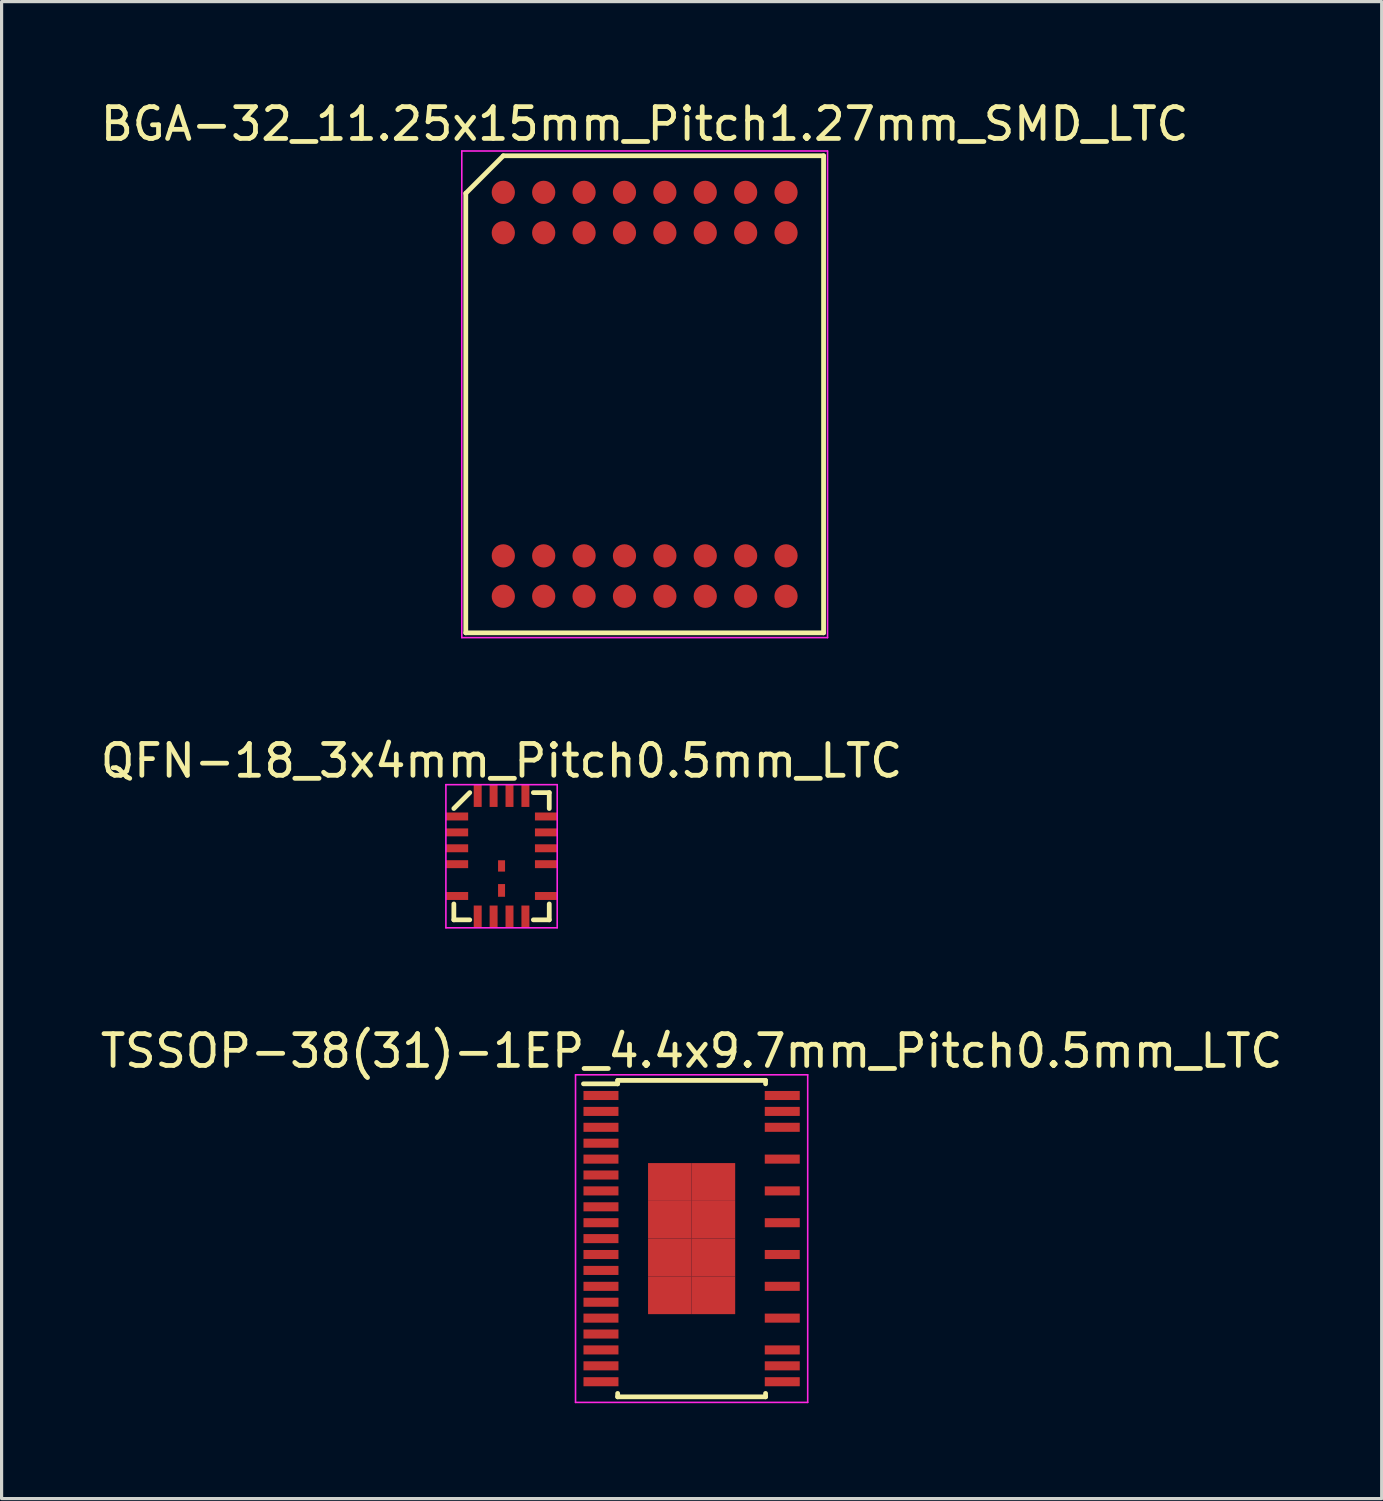
<source format=kicad_pcb>
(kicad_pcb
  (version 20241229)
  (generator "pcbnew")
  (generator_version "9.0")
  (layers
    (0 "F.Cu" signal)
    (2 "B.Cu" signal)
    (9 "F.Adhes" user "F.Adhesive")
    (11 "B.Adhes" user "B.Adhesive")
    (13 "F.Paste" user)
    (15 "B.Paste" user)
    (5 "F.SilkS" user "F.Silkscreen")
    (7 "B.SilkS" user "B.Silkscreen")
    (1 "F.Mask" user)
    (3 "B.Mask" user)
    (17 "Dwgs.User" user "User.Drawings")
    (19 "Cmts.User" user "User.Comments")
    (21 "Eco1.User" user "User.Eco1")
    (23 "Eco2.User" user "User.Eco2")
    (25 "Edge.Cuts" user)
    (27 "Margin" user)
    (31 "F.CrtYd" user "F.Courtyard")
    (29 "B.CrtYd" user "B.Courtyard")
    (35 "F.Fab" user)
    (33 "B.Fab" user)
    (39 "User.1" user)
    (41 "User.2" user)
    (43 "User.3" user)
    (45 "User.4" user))
  (footprint "BGA-32_11.25x15mm_Pitch1.27mm_SMD_LTC"
    (layer "F.Cu")
    (at 17.22 9.348)
    (property "Reference" "BGA-32_11.25x15mm_Pitch1.27mm_SMD_LTC" (at 0 -8.5 0) (layer "F.SilkS") (effects (font (size 1 1) (thickness 0.15))))
    (attr smd)
    (fp_line (start -5.625 -6.32) (end -5.625 7.5) (stroke (width 0.15) (type solid)) (layer "F.SilkS"))
    (fp_line (start -5.625 7.5) (end 5.625 7.5) (stroke (width 0.15) (type solid)) (layer "F.SilkS"))
    (fp_line (start -4.445 -7.5) (end -5.625 -6.32) (stroke (width 0.15) (type solid)) (layer "F.SilkS"))
    (fp_line (start 5.625 -7.5) (end -4.445 -7.5) (stroke (width 0.15) (type solid)) (layer "F.SilkS"))
    (fp_line (start 5.625 7.5) (end 5.625 -7.5) (stroke (width 0.15) (type solid)) (layer "F.SilkS"))
    (fp_line (start -5.75 -7.65) (end 5.75 -7.65) (stroke (width 0.05) (type solid)) (layer "F.CrtYd"))
    (fp_line (start -5.75 7.65) (end -5.75 -7.65) (stroke (width 0.05) (type solid)) (layer "F.CrtYd"))
    (fp_line (start 5.75 -7.65) (end 5.75 7.65) (stroke (width 0.05) (type solid)) (layer "F.CrtYd"))
    (fp_line (start 5.75 7.65) (end -5.75 7.65) (stroke (width 0.05) (type solid)) (layer "F.CrtYd"))
    (pad "A1" smd circle (at -4.445 -6.35) (size 0.73 0.73) (layers "F.Cu" "F.Mask" "F.Paste"))
    (pad "A2" smd circle (at -3.175 -6.35) (size 0.73 0.73) (layers "F.Cu" "F.Mask" "F.Paste"))
    (pad "A3" smd circle (at -1.905 -6.35) (size 0.73 0.73) (layers "F.Cu" "F.Mask" "F.Paste"))
    (pad "A4" smd circle (at -0.635 -6.35) (size 0.73 0.73) (layers "F.Cu" "F.Mask" "F.Paste"))
    (pad "A5" smd circle (at 0.635 -6.35) (size 0.73 0.73) (layers "F.Cu" "F.Mask" "F.Paste"))
    (pad "A6" smd circle (at 1.905 -6.35) (size 0.73 0.73) (layers "F.Cu" "F.Mask" "F.Paste"))
    (pad "A7" smd circle (at 3.175 -6.35) (size 0.73 0.73) (layers "F.Cu" "F.Mask" "F.Paste"))
    (pad "A8" smd circle (at 4.445 -6.35) (size 0.73 0.73) (layers "F.Cu" "F.Mask" "F.Paste"))
    (pad "B1" smd circle (at -4.445 -5.08) (size 0.73 0.73) (layers "F.Cu" "F.Mask" "F.Paste"))
    (pad "B2" smd circle (at -3.175 -5.08) (size 0.73 0.73) (layers "F.Cu" "F.Mask" "F.Paste"))
    (pad "B3" smd circle (at -1.905 -5.08) (size 0.73 0.73) (layers "F.Cu" "F.Mask" "F.Paste"))
    (pad "B4" smd circle (at -0.635 -5.08) (size 0.73 0.73) (layers "F.Cu" "F.Mask" "F.Paste"))
    (pad "B5" smd circle (at 0.635 -5.08) (size 0.73 0.73) (layers "F.Cu" "F.Mask" "F.Paste"))
    (pad "B6" smd circle (at 1.905 -5.08) (size 0.73 0.73) (layers "F.Cu" "F.Mask" "F.Paste"))
    (pad "B7" smd circle (at 3.175 -5.08) (size 0.73 0.73) (layers "F.Cu" "F.Mask" "F.Paste"))
    (pad "B8" smd circle (at 4.445 -5.08) (size 0.73 0.73) (layers "F.Cu" "F.Mask" "F.Paste"))
    (pad "K1" smd circle (at -4.445 5.08) (size 0.73 0.73) (layers "F.Cu" "F.Mask" "F.Paste"))
    (pad "K2" smd circle (at -3.175 5.08) (size 0.73 0.73) (layers "F.Cu" "F.Mask" "F.Paste"))
    (pad "K3" smd circle (at -1.905 5.08) (size 0.73 0.73) (layers "F.Cu" "F.Mask" "F.Paste"))
    (pad "K4" smd circle (at -0.635 5.08) (size 0.73 0.73) (layers "F.Cu" "F.Mask" "F.Paste"))
    (pad "K5" smd circle (at 0.635 5.08) (size 0.73 0.73) (layers "F.Cu" "F.Mask" "F.Paste"))
    (pad "K6" smd circle (at 1.905 5.08) (size 0.73 0.73) (layers "F.Cu" "F.Mask" "F.Paste"))
    (pad "K7" smd circle (at 3.175 5.08) (size 0.73 0.73) (layers "F.Cu" "F.Mask" "F.Paste"))
    (pad "K8" smd circle (at 4.445 5.08) (size 0.73 0.73) (layers "F.Cu" "F.Mask" "F.Paste"))
    (pad "L1" smd circle (at -4.445 6.35) (size 0.73 0.73) (layers "F.Cu" "F.Mask" "F.Paste"))
    (pad "L2" smd circle (at -3.175 6.35) (size 0.73 0.73) (layers "F.Cu" "F.Mask" "F.Paste"))
    (pad "L3" smd circle (at -1.905 6.35) (size 0.73 0.73) (layers "F.Cu" "F.Mask" "F.Paste"))
    (pad "L4" smd circle (at -0.635 6.35) (size 0.73 0.73) (layers "F.Cu" "F.Mask" "F.Paste"))
    (pad "L5" smd circle (at 0.635 6.35) (size 0.73 0.73) (layers "F.Cu" "F.Mask" "F.Paste"))
    (pad "L6" smd circle (at 1.905 6.35) (size 0.73 0.73) (layers "F.Cu" "F.Mask" "F.Paste"))
    (pad "L7" smd circle (at 3.175 6.35) (size 0.73 0.73) (layers "F.Cu" "F.Mask" "F.Paste"))
    (pad "L8" smd circle (at 4.445 6.35) (size 0.73 0.73) (layers "F.Cu" "F.Mask" "F.Paste")))
  (footprint "QFN-18_3x4mm_Pitch0.5mm_LTC"
    (layer "F.Cu")
    (at 12.72 23.872)
    (property "Reference" "QFN-18_3x4mm_Pitch0.5mm_LTC" (at 0 -3 0) (layer "F.SilkS") (effects (font (size 1 1) (thickness 0.15))))
    (attr smd)
    (fp_line (start -1.5 1.5) (end -1.5 2) (stroke (width 0.15) (type solid)) (layer "F.SilkS"))
    (fp_line (start -1.5 2) (end -1 2) (stroke (width 0.15) (type solid)) (layer "F.SilkS"))
    (fp_line (start -1 -2) (end -1.5 -1.5) (stroke (width 0.15) (type solid)) (layer "F.SilkS"))
    (fp_line (start 1 2) (end 1.5 2) (stroke (width 0.15) (type solid)) (layer "F.SilkS"))
    (fp_line (start 1.5 -2) (end 1 -2) (stroke (width 0.15) (type solid)) (layer "F.SilkS"))
    (fp_line (start 1.5 -1.5) (end 1.5 -2) (stroke (width 0.15) (type solid)) (layer "F.SilkS"))
    (fp_line (start 1.5 2) (end 1.5 1.5) (stroke (width 0.15) (type solid)) (layer "F.SilkS"))
    (fp_line (start -1.75 -2.25) (end 1.75 -2.25) (stroke (width 0.05) (type solid)) (layer "F.CrtYd"))
    (fp_line (start -1.75 2.25) (end -1.75 -2.25) (stroke (width 0.05) (type solid)) (layer "F.CrtYd"))
    (fp_line (start 1.75 -2.25) (end 1.75 2.25) (stroke (width 0.05) (type solid)) (layer "F.CrtYd"))
    (fp_line (start 1.75 2.25) (end -1.75 2.25) (stroke (width 0.05) (type solid)) (layer "F.CrtYd"))
    (pad "1" smd rect (at -1.4 -1.25 90) (size 0.25 0.7) (layers "F.Cu" "F.Mask" "F.Paste"))
    (pad "2" smd rect (at -1.4 -0.75 90) (size 0.25 0.7) (layers "F.Cu" "F.Mask" "F.Paste"))
    (pad "3" smd rect (at -1.4 -0.25 90) (size 0.25 0.7) (layers "F.Cu" "F.Mask" "F.Paste"))
    (pad "4" smd rect (at -1.4 0.25 90) (size 0.25 0.7) (layers "F.Cu" "F.Mask" "F.Paste"))
    (pad "6" smd rect (at -1.4 1.25 90) (size 0.25 0.7) (layers "F.Cu" "F.Mask" "F.Paste"))
    (pad "7" smd rect (at -0.75 1.9) (size 0.25 0.7) (layers "F.Cu" "F.Mask" "F.Paste"))
    (pad "8" smd rect (at -0.25 1.9) (size 0.25 0.7) (layers "F.Cu" "F.Mask" "F.Paste"))
    (pad "9" smd rect (at 0.25 1.9) (size 0.25 0.7) (layers "F.Cu" "F.Mask" "F.Paste"))
    (pad "10" smd rect (at 0.75 1.9) (size 0.25 0.7) (layers "F.Cu" "F.Mask" "F.Paste"))
    (pad "11" smd rect (at 1.4 1.25 90) (size 0.25 0.7) (layers "F.Cu" "F.Mask" "F.Paste"))
    (pad "13" smd rect (at 1.4 0.25 90) (size 0.25 0.7) (layers "F.Cu" "F.Mask" "F.Paste"))
    (pad "14" smd rect (at 1.4 -0.25 90) (size 0.25 0.7) (layers "F.Cu" "F.Mask" "F.Paste"))
    (pad "15" smd rect (at 1.4 -0.75 90) (size 0.25 0.7) (layers "F.Cu" "F.Mask" "F.Paste"))
    (pad "16" smd rect (at 1.4 -1.25 90) (size 0.25 0.7) (layers "F.Cu" "F.Mask" "F.Paste"))
    (pad "17" smd rect (at 0.75 -1.9) (size 0.25 0.7) (layers "F.Cu" "F.Mask" "F.Paste"))
    (pad "18" smd rect (at 0.25 -1.9) (size 0.25 0.7) (layers "F.Cu" "F.Mask" "F.Paste"))
    (pad "19" smd rect (at -0.25 -1.9) (size 0.25 0.7) (layers "F.Cu" "F.Mask" "F.Paste"))
    (pad "20" smd rect (at -0.75 -1.9) (size 0.25 0.7) (layers "F.Cu" "F.Mask" "F.Paste"))
    (pad "21" smd rect (at 0 1.075) (size 0.22 0.4) (layers "F.Cu" "F.Mask" "F.Paste"))
    (pad "22" smd rect (at 0 0.305) (size 0.22 0.356) (layers "F.Cu" "F.Mask" "F.Paste")))
  (footprint "TSSOP-38(31)-1EP_4.4x9.7mm_Pitch0.5mm_LTC"
    (layer "F.Cu")
    (at 18.696 35.895)
    (property "Reference" "TSSOP-38(31)-1EP_4.4x9.7mm_Pitch0.5mm_LTC" (at 0 -5.9 0) (layer "F.SilkS") (effects (font (size 1 1) (thickness 0.15))))
    (attr smd)
    (fp_line (start -2.325 -4.975) (end -2.325 -4.867) (stroke (width 0.15) (type solid)) (layer "F.SilkS"))
    (fp_line (start -2.325 -4.975) (end 2.325 -4.975) (stroke (width 0.15) (type solid)) (layer "F.SilkS"))
    (fp_line (start -2.325 -4.867) (end -3.4 -4.867) (stroke (width 0.15) (type solid)) (layer "F.SilkS"))
    (fp_line (start -2.325 4.975) (end -2.325 4.867) (stroke (width 0.15) (type solid)) (layer "F.SilkS"))
    (fp_line (start -2.325 4.975) (end 2.325 4.975) (stroke (width 0.15) (type solid)) (layer "F.SilkS"))
    (fp_line (start 2.325 -4.975) (end 2.325 -4.867) (stroke (width 0.15) (type solid)) (layer "F.SilkS"))
    (fp_line (start 2.325 4.975) (end 2.325 4.867) (stroke (width 0.15) (type solid)) (layer "F.SilkS"))
    (fp_line (start -3.65 -5.15) (end -3.65 5.15) (stroke (width 0.05) (type solid)) (layer "F.CrtYd"))
    (fp_line (start -3.65 -5.15) (end 3.65 -5.15) (stroke (width 0.05) (type solid)) (layer "F.CrtYd"))
    (fp_line (start -3.65 5.15) (end 3.65 5.15) (stroke (width 0.05) (type solid)) (layer "F.CrtYd"))
    (fp_line (start 3.65 -5.15) (end 3.65 5.15) (stroke (width 0.05) (type solid)) (layer "F.CrtYd"))
    (pad "1" smd rect (at -2.85 -4.5) (size 1.1 0.285) (layers "F.Cu" "F.Mask" "F.Paste"))
    (pad "2" smd rect (at -2.85 -4) (size 1.1 0.285) (layers "F.Cu" "F.Mask" "F.Paste"))
    (pad "3" smd rect (at -2.85 -3.5) (size 1.1 0.285) (layers "F.Cu" "F.Mask" "F.Paste"))
    (pad "4" smd rect (at -2.85 -3) (size 1.1 0.285) (layers "F.Cu" "F.Mask" "F.Paste"))
    (pad "5" smd rect (at -2.85 -2.5) (size 1.1 0.285) (layers "F.Cu" "F.Mask" "F.Paste"))
    (pad "6" smd rect (at -2.85 -2) (size 1.1 0.285) (layers "F.Cu" "F.Mask" "F.Paste"))
    (pad "7" smd rect (at -2.85 -1.5) (size 1.1 0.285) (layers "F.Cu" "F.Mask" "F.Paste"))
    (pad "8" smd rect (at -2.85 -1) (size 1.1 0.285) (layers "F.Cu" "F.Mask" "F.Paste"))
    (pad "9" smd rect (at -2.85 -0.5) (size 1.1 0.285) (layers "F.Cu" "F.Mask" "F.Paste"))
    (pad "10" smd rect (at -2.85 0) (size 1.1 0.285) (layers "F.Cu" "F.Mask" "F.Paste"))
    (pad "11" smd rect (at -2.85 0.5) (size 1.1 0.285) (layers "F.Cu" "F.Mask" "F.Paste"))
    (pad "12" smd rect (at -2.85 1) (size 1.1 0.285) (layers "F.Cu" "F.Mask" "F.Paste"))
    (pad "13" smd rect (at -2.85 1.5) (size 1.1 0.285) (layers "F.Cu" "F.Mask" "F.Paste"))
    (pad "14" smd rect (at -2.85 2) (size 1.1 0.285) (layers "F.Cu" "F.Mask" "F.Paste"))
    (pad "15" smd rect (at -2.85 2.5) (size 1.1 0.285) (layers "F.Cu" "F.Mask" "F.Paste"))
    (pad "16" smd rect (at -2.85 3) (size 1.1 0.285) (layers "F.Cu" "F.Mask" "F.Paste"))
    (pad "17" smd rect (at -2.85 3.5) (size 1.1 0.285) (layers "F.Cu" "F.Mask" "F.Paste"))
    (pad "18" smd rect (at -2.85 4) (size 1.1 0.285) (layers "F.Cu" "F.Mask" "F.Paste"))
    (pad "19" smd rect (at -2.85 4.5) (size 1.1 0.285) (layers "F.Cu" "F.Mask" "F.Paste"))
    (pad "20" smd rect (at 2.85 4.5) (size 1.1 0.285) (layers "F.Cu" "F.Mask" "F.Paste"))
    (pad "21" smd rect (at 2.85 4) (size 1.1 0.285) (layers "F.Cu" "F.Mask" "F.Paste"))
    (pad "22" smd rect (at 2.85 3.5) (size 1.1 0.285) (layers "F.Cu" "F.Mask" "F.Paste"))
    (pad "24" smd rect (at 2.85 2.5) (size 1.1 0.285) (layers "F.Cu" "F.Mask" "F.Paste"))
    (pad "26" smd rect (at 2.85 1.5) (size 1.1 0.285) (layers "F.Cu" "F.Mask" "F.Paste"))
    (pad "28" smd rect (at 2.85 0.5) (size 1.1 0.285) (layers "F.Cu" "F.Mask" "F.Paste"))
    (pad "30" smd rect (at 2.85 -0.5) (size 1.1 0.285) (layers "F.Cu" "F.Mask" "F.Paste"))
    (pad "32" smd rect (at 2.85 -1.5) (size 1.1 0.285) (layers "F.Cu" "F.Mask" "F.Paste"))
    (pad "34" smd rect (at 2.85 -2.5) (size 1.1 0.285) (layers "F.Cu" "F.Mask" "F.Paste"))
    (pad "36" smd rect (at 2.85 -3.5) (size 1.1 0.285) (layers "F.Cu" "F.Mask" "F.Paste"))
    (pad "37" smd rect (at 2.85 -4) (size 1.1 0.285) (layers "F.Cu" "F.Mask" "F.Paste"))
    (pad "38" smd rect (at 2.85 -4.5) (size 1.1 0.285) (layers "F.Cu" "F.Mask" "F.Paste"))
    (pad "39" smd rect (at -0.685 -1.781) (size 1.37 1.188) (layers "F.Cu" "F.Mask" "F.Paste"))
    (pad "39" smd rect (at -0.685 -0.594) (size 1.37 1.188) (layers "F.Cu" "F.Mask" "F.Paste"))
    (pad "39" smd rect (at -0.685 0.594) (size 1.37 1.188) (layers "F.Cu" "F.Mask" "F.Paste"))
    (pad "39" smd rect (at -0.685 1.781) (size 1.37 1.188) (layers "F.Cu" "F.Mask" "F.Paste"))
    (pad "39" smd rect (at 0.685 -1.781) (size 1.37 1.188) (layers "F.Cu" "F.Mask" "F.Paste"))
    (pad "39" smd rect (at 0.685 -0.594) (size 1.37 1.188) (layers "F.Cu" "F.Mask" "F.Paste"))
    (pad "39" smd rect (at 0.685 0.594) (size 1.37 1.188) (layers "F.Cu" "F.Mask" "F.Paste"))
    (pad "39" smd rect (at 0.685 1.781) (size 1.37 1.188) (layers "F.Cu" "F.Mask" "F.Paste")))
  (gr_rect
    (start -3 -3)
    (end 40.393 44.07)
    (stroke (width 0.1) (type default))
    (fill no)
    (layer "Edge.Cuts")))
</source>
